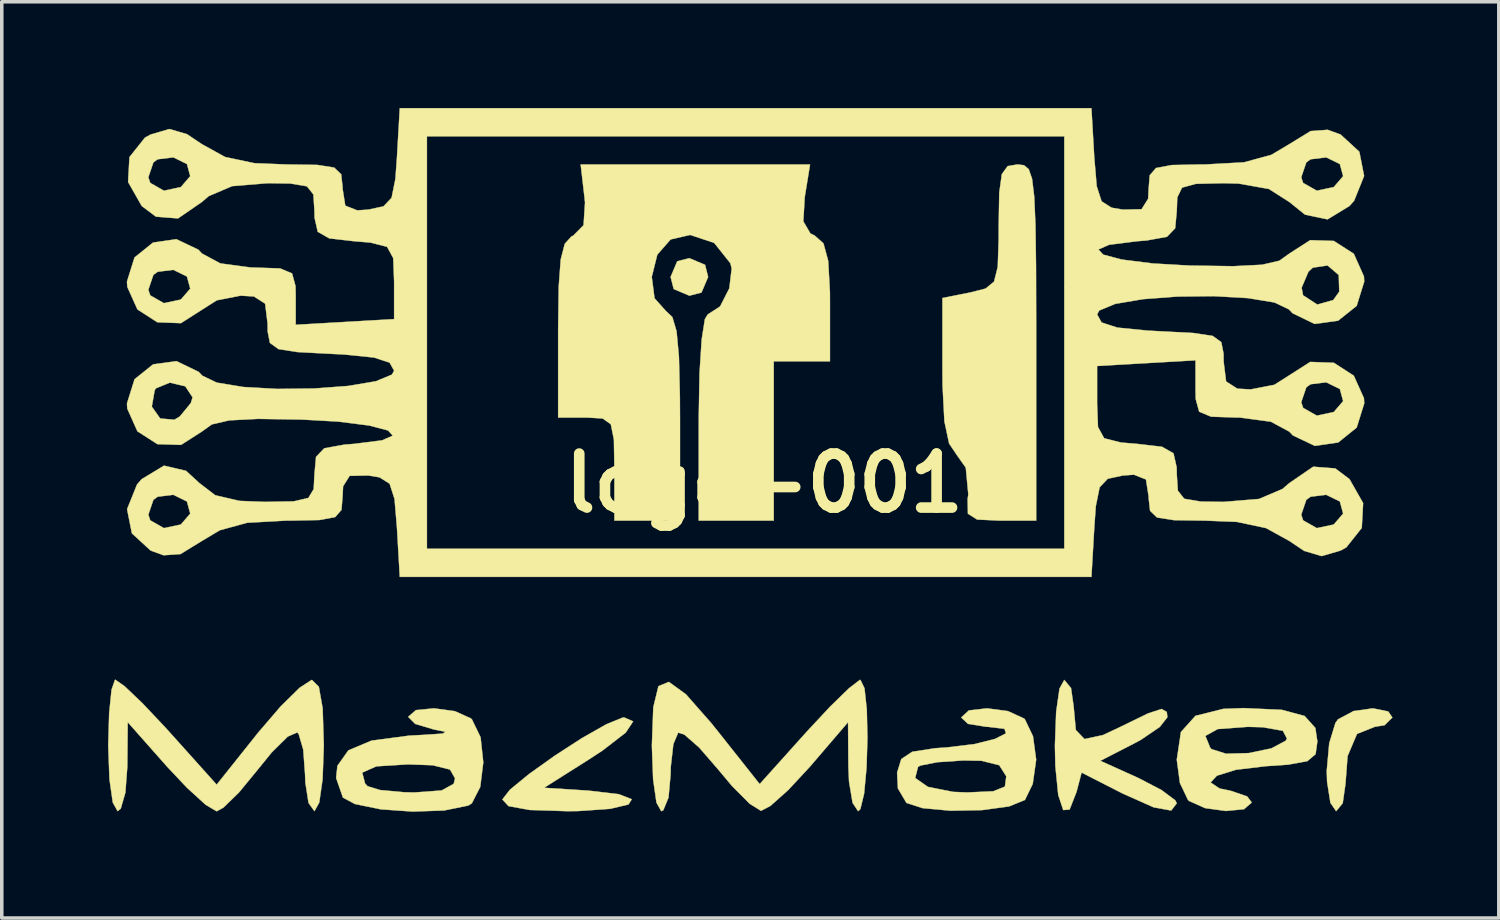
<source format=kicad_pcb>
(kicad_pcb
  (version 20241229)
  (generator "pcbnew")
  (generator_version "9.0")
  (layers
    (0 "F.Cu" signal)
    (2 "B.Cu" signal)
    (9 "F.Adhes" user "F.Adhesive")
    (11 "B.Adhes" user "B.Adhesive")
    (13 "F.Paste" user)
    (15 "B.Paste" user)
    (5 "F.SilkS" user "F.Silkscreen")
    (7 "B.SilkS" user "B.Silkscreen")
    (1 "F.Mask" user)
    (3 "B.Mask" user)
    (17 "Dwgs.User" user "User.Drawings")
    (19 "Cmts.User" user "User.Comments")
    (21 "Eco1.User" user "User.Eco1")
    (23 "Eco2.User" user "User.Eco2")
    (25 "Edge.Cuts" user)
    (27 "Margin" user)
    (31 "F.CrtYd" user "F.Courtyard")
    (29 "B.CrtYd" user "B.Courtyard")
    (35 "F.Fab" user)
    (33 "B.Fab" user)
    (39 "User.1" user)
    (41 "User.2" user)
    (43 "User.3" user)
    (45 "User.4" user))
  (footprint "logo-001"
    (layer "F.Cu")
    (at 18.526 10.588)
    (property "Reference" "logo-001" (at 0 0 0) (layer "F.SilkS") (effects (font (size 1.524 1.524) (thickness 0.3))))
    (attr through_hole)
    (fp_poly (pts (xy -1.674 -6.163) (xy -1.587 -5.821) (xy -1.775 -5.379) (xy -2.117 -5.292) (xy -2.559 -5.479) (xy -2.646 -5.821) (xy -2.459 -6.263) (xy -2.117 -6.35) (xy -1.674 -6.163)) (stroke (width 0.01) (type solid)) (fill yes) (layer "F.SilkS"))
    (fp_poly (pts (xy 17.611 6.445) (xy 17.727 6.615) (xy 17.507 6.833) (xy 17.226 6.879) (xy 16.729 7.079) (xy 16.463 7.704) (xy 16.404 8.488) (xy 16.326 9.036) (xy 16.14 9.26) (xy 15.979 9.025) (xy 15.885 8.431) (xy 15.875 8.123) (xy 15.945 7.343) (xy 16.119 6.771) (xy 16.192 6.668) (xy 16.631 6.434) (xy 17.178 6.357) (xy 17.611 6.445)) (stroke (width 0.01) (type solid)) (fill yes) (layer "F.SilkS"))
    (fp_poly (pts (xy -3.703 6.725) (xy -3.913 7.042) (xy -4.57 7.549) (xy -4.961 7.805) (xy -6.218 8.599) (xy -4.961 8.68) (xy -4.106 8.781) (xy -3.742 8.923) (xy -3.835 9.071) (xy -4.353 9.193) (xy -5.262 9.257) (xy -5.556 9.26) (xy -6.625 9.226) (xy -7.221 9.117) (xy -7.396 8.93) (xy -7.183 8.655) (xy -6.646 8.214) (xy -5.922 7.697) (xy -5.149 7.197) (xy -4.464 6.808) (xy -4.005 6.62) (xy -3.956 6.615) (xy -3.703 6.725)) (stroke (width 0.01) (type solid)) (fill yes) (layer "F.SilkS"))
    (fp_poly (pts (xy 7.328 -8.974) (xy 7.463 -8.863) (xy 7.557 -8.591) (xy 7.618 -8.09) (xy 7.653 -7.289) (xy 7.669 -6.118) (xy 7.673 -4.508) (xy 7.673 -3.969) (xy 7.673 1.058) (xy 6.66 1.058) (xy 6.007 1.028) (xy 5.746 0.863) (xy 5.738 0.449) (xy 5.757 0.316) (xy 5.686 -0.437) (xy 5.446 -0.775) (xy 5.215 -1.119) (xy 5.082 -1.746) (xy 5.03 -2.76) (xy 5.027 -3.174) (xy 5.027 -5.226) (xy 5.821 -5.384) (xy 6.247 -5.493) (xy 6.484 -5.689) (xy 6.588 -6.105) (xy 6.614 -6.87) (xy 6.615 -7.269) (xy 6.631 -8.202) (xy 6.704 -8.723) (xy 6.869 -8.949) (xy 7.144 -8.996) (xy 7.328 -8.974)) (stroke (width 0.01) (type solid)) (fill yes) (layer "F.SilkS"))
    (fp_poly (pts (xy 8.657 5.785) (xy 8.731 6.306) (xy 8.792 6.969) (xy 9.037 7.224) (xy 9.562 7.11) (xy 10.076 6.868) (xy 10.821 6.504) (xy 11.212 6.375) (xy 11.36 6.458) (xy 11.377 6.608) (xy 11.163 6.881) (xy 10.63 7.244) (xy 10.43 7.352) (xy 9.483 7.838) (xy 10.562 8.325) (xy 11.212 8.664) (xy 11.597 8.952) (xy 11.642 9.036) (xy 11.485 9.241) (xy 10.988 9.151) (xy 10.107 8.758) (xy 10.023 8.715) (xy 8.955 8.17) (xy 8.812 8.715) (xy 8.616 9.214) (xy 8.437 9.228) (xy 8.296 8.803) (xy 8.214 7.985) (xy 8.202 7.408) (xy 8.237 6.458) (xy 8.331 5.802) (xy 8.466 5.556) (xy 8.467 5.556) (xy 8.657 5.785)) (stroke (width 0.01) (type solid)) (fill yes) (layer "F.SilkS"))
    (fp_poly (pts (xy 14.604 6.399) (xy 15.25 6.572) (xy 15.554 6.911) (xy 15.61 7.291) (xy 15.561 7.65) (xy 15.327 7.848) (xy 14.781 7.947) (xy 14.152 7.99) (xy 13.311 8.091) (xy 12.772 8.259) (xy 12.597 8.45) (xy 12.85 8.619) (xy 13.163 8.684) (xy 13.628 8.843) (xy 13.758 9.014) (xy 13.54 9.204) (xy 13.029 9.254) (xy 12.44 9.173) (xy 11.989 8.971) (xy 11.959 8.943) (xy 11.731 8.465) (xy 11.642 7.805) (xy 11.743 7.135) (xy 12.449 7.135) (xy 12.585 7.468) (xy 12.624 7.509) (xy 13.033 7.638) (xy 13.673 7.62) (xy 14.312 7.487) (xy 14.716 7.272) (xy 14.752 7.21) (xy 14.636 6.99) (xy 14.07 6.89) (xy 13.648 6.879) (xy 12.798 6.942) (xy 12.449 7.135) (xy 11.743 7.135) (xy 11.759 7.025) (xy 12.168 6.569) (xy 12.954 6.372) (xy 13.525 6.35) (xy 14.604 6.399)) (stroke (width 0.01) (type solid)) (fill yes) (layer "F.SilkS"))
    (fp_poly (pts (xy -8.736 6.437) (xy -8.285 6.64) (xy -8.255 6.668) (xy -8.01 7.174) (xy -7.934 7.882) (xy -8.02 8.576) (xy -8.258 9.039) (xy -8.356 9.1) (xy -9.038 9.24) (xy -9.926 9.271) (xy -10.83 9.207) (xy -11.558 9.058) (xy -11.896 8.876) (xy -12.088 8.322) (xy -12.072 8.171) (xy -11.351 8.171) (xy -11.271 8.478) (xy -11.201 8.555) (xy -10.848 8.663) (xy -10.174 8.725) (xy -9.878 8.731) (xy -9.109 8.675) (xy -8.769 8.487) (xy -8.731 8.334) (xy -8.873 8.085) (xy -9.363 7.963) (xy -10.054 7.938) (xy -10.952 7.994) (xy -11.351 8.171) (xy -12.072 8.171) (xy -12.052 7.979) (xy -11.742 7.543) (xy -11.092 7.269) (xy -10.024 7.127) (xy -9.657 7.108) (xy -9.077 7.07) (xy -9.004 7.018) (xy -9.327 6.954) (xy -9.855 6.797) (xy -10.054 6.597) (xy -9.836 6.407) (xy -9.325 6.357) (xy -8.736 6.437)) (stroke (width 0.01) (type solid)) (fill yes) (layer "F.SilkS"))
    (fp_poly (pts (xy 2.827 5.791) (xy 2.892 6.394) (xy 2.91 7.199) (xy 2.884 8.043) (xy 2.816 8.764) (xy 2.711 9.2) (xy 2.646 9.26) (xy 2.49 9.023) (xy 2.39 8.419) (xy 2.372 8.004) (xy 2.363 6.747) (xy 1.286 8.004) (xy 0.677 8.66) (xy 0.17 9.112) (xy -0.094 9.25) (xy -0.413 9.051) (xy -0.914 8.548) (xy -1.309 8.076) (xy -1.84 7.463) (xy -2.26 7.096) (xy -2.433 7.043) (xy -2.569 7.368) (xy -2.642 8.012) (xy -2.646 8.218) (xy -2.705 8.875) (xy -2.854 9.236) (xy -2.91 9.26) (xy -3.046 9.016) (xy -3.14 8.36) (xy -3.175 7.41) (xy -3.175 7.408) (xy -3.135 6.328) (xy -2.99 5.731) (xy -2.696 5.611) (xy -2.215 5.959) (xy -1.505 6.766) (xy -1.296 7.026) (xy -0.132 8.495) (xy 1.191 7.022) (xy 1.852 6.313) (xy 2.387 5.792) (xy 2.692 5.557) (xy 2.712 5.553) (xy 2.827 5.791)) (stroke (width 0.01) (type solid)) (fill yes) (layer "F.SilkS"))
    (fp_poly (pts (xy -18.063 5.729) (xy -17.557 6.211) (xy -16.908 6.898) (xy -16.792 7.026) (xy -15.46 8.511) (xy -14.281 7.033) (xy -13.655 6.304) (xy -13.119 5.776) (xy -12.782 5.557) (xy -12.769 5.556) (xy -12.576 5.748) (xy -12.468 6.358) (xy -12.435 7.408) (xy -12.47 8.358) (xy -12.564 9.015) (xy -12.7 9.26) (xy -12.7 9.26) (xy -12.867 9.026) (xy -12.958 8.441) (xy -12.965 8.218) (xy -13.016 7.521) (xy -13.144 7.084) (xy -13.188 7.037) (xy -13.453 7.154) (xy -13.906 7.601) (xy -14.295 8.08) (xy -14.829 8.73) (xy -15.271 9.16) (xy -15.461 9.263) (xy -15.771 9.079) (xy -16.299 8.598) (xy -16.857 8.006) (xy -17.971 6.747) (xy -17.982 8.004) (xy -18.037 8.736) (xy -18.168 9.189) (xy -18.256 9.26) (xy -18.392 9.016) (xy -18.486 8.36) (xy -18.521 7.41) (xy -18.521 7.408) (xy -18.495 6.494) (xy -18.427 5.83) (xy -18.33 5.551) (xy -18.322 5.549) (xy -18.063 5.729)) (stroke (width 0.01) (type solid)) (fill yes) (layer "F.SilkS"))
    (fp_poly (pts (xy 6.875 6.435) (xy 7.329 6.643) (xy 7.355 6.668) (xy 7.583 7.145) (xy 7.673 7.805) (xy 7.576 8.49) (xy 7.355 8.943) (xy 6.906 9.126) (xy 6.138 9.23) (xy 5.257 9.247) (xy 4.469 9.174) (xy 4.012 9.028) (xy 3.77 8.618) (xy 3.755 8.323) (xy 4.258 8.323) (xy 4.617 8.574) (xy 5.329 8.715) (xy 5.724 8.731) (xy 6.461 8.698) (xy 6.79 8.566) (xy 6.828 8.286) (xy 6.824 8.268) (xy 6.63 7.962) (xy 6.126 7.837) (xy 5.613 7.828) (xy 4.885 7.877) (xy 4.408 7.971) (xy 4.338 8.009) (xy 4.258 8.323) (xy 3.755 8.323) (xy 3.747 8.172) (xy 3.865 7.789) (xy 4.174 7.583) (xy 4.817 7.483) (xy 5.159 7.459) (xy 5.931 7.366) (xy 6.512 7.22) (xy 6.821 7.062) (xy 6.777 6.934) (xy 6.302 6.879) (xy 6.271 6.879) (xy 5.749 6.795) (xy 5.556 6.615) (xy 5.774 6.415) (xy 6.286 6.357) (xy 6.875 6.435)) (stroke (width 0.01) (type solid)) (fill yes) (layer "F.SilkS"))
    (fp_poly (pts (xy 1.14 -8.074) (xy 1.1 -7.39) (xy 1.299 -7.049) (xy 1.421 -6.988) (xy 1.669 -6.768) (xy 1.803 -6.272) (xy 1.851 -5.388) (xy 1.852 -5.131) (xy 1.852 -3.44) (xy 0.265 -3.44) (xy 0.265 1.058) (xy -1.852 1.058) (xy -1.852 -1.852) (xy -1.83 -3.101) (xy -1.769 -4.057) (xy -1.678 -4.632) (xy -1.597 -4.763) (xy -1.25 -4.987) (xy -0.989 -5.499) (xy -0.922 -6.058) (xy -0.958 -6.206) (xy -1.417 -6.782) (xy -2.095 -7.007) (xy -2.646 -6.879) (xy -3.022 -6.45) (xy -3.178 -5.823) (xy -3.1 -5.218) (xy -2.778 -4.858) (xy -2.597 -4.688) (xy -2.478 -4.287) (xy -2.411 -3.567) (xy -2.384 -2.443) (xy -2.381 -1.824) (xy -2.381 1.058) (xy -4.233 1.058) (xy -4.233 -0.397) (xy -4.247 -1.229) (xy -4.334 -1.662) (xy -4.566 -1.826) (xy -5.015 -1.852) (xy -5.027 -1.852) (xy -5.821 -1.852) (xy -5.821 -4.337) (xy -5.805 -5.541) (xy -5.748 -6.315) (xy -5.634 -6.756) (xy -5.446 -6.963) (xy -5.395 -6.986) (xy -5.103 -7.282) (xy -5.062 -7.923) (xy -5.078 -8.072) (xy -5.185 -8.996) (xy 1.29 -8.996) (xy 1.14 -8.074)) (stroke (width 0.01) (type solid)) (fill yes) (layer "F.SilkS"))
    (fp_poly (pts (xy 9.313 -9.194) (xy 9.382 -8.38) (xy 9.52 -7.954) (xy 9.803 -7.775) (xy 10.12 -7.721) (xy 10.648 -7.732) (xy 10.833 -8.027) (xy 10.848 -8.317) (xy 10.874 -8.634) (xy 15.155 -8.634) (xy 15.208 -8.475) (xy 15.595 -8.255) (xy 16.073 -8.357) (xy 16.338 -8.665) (xy 16.245 -9.008) (xy 15.86 -9.196) (xy 15.419 -9.142) (xy 15.298 -9.054) (xy 15.155 -8.634) (xy 10.874 -8.634) (xy 10.879 -8.692) (xy 11.055 -8.895) (xy 11.5 -8.979) (xy 12.339 -8.996) (xy 12.446 -8.996) (xy 13.539 -9.056) (xy 14.311 -9.267) (xy 14.821 -9.57) (xy 15.421 -9.938) (xy 15.9 -9.974) (xy 16.266 -9.841) (xy 16.795 -9.355) (xy 16.93 -8.672) (xy 16.649 -7.973) (xy 16.518 -7.824) (xy 15.898 -7.446) (xy 15.262 -7.579) (xy 14.817 -7.938) (xy 14.242 -8.304) (xy 13.388 -8.456) (xy 12.965 -8.467) (xy 12.181 -8.449) (xy 11.791 -8.342) (xy 11.656 -8.066) (xy 11.642 -7.688) (xy 11.597 -7.195) (xy 11.365 -6.954) (xy 10.798 -6.851) (xy 10.517 -6.828) (xy 9.733 -6.729) (xy 9.43 -6.596) (xy 9.565 -6.45) (xy 10.093 -6.311) (xy 10.969 -6.201) (xy 11.997 -6.142) (xy 13.234 -6.124) (xy 14.047 -6.165) (xy 14.539 -6.279) (xy 14.809 -6.473) (xy 15.407 -6.858) (xy 16.075 -6.837) (xy 16.639 -6.475) (xy 16.925 -5.836) (xy 16.933 -5.689) (xy 16.72 -5.004) (xy 16.195 -4.585) (xy 15.534 -4.494) (xy 14.909 -4.797) (xy 14.809 -4.904) (xy 14.4 -5.1) (xy 13.65 -5.223) (xy 12.691 -5.278) (xy 11.659 -5.267) (xy 10.686 -5.193) (xy 9.907 -5.061) (xy 9.455 -4.874) (xy 9.393 -4.763) (xy 9.52 -4.535) (xy 9.963 -4.391) (xy 10.814 -4.306) (xy 11.179 -4.287) (xy 12.124 -4.237) (xy 12.658 -4.154) (xy 12.898 -3.98) (xy 12.962 -3.659) (xy 12.965 -3.427) (xy 13.034 -2.87) (xy 13.351 -2.667) (xy 13.726 -2.646) (xy 14.397 -2.776) (xy 14.817 -3.043) (xy 15.41 -3.422) (xy 16.076 -3.397) (xy 16.638 -3.034) (xy 16.925 -2.398) (xy 16.933 -2.249) (xy 16.72 -1.568) (xy 16.197 -1.147) (xy 15.539 -1.052) (xy 14.917 -1.348) (xy 14.817 -1.455) (xy 14.299 -1.734) (xy 13.429 -1.851) (xy 13.329 -1.852) (xy 12.61 -1.876) (xy 12.274 -2.017) (xy 12.201 -2.284) (xy 15.155 -2.284) (xy 15.208 -2.125) (xy 15.595 -1.905) (xy 16.073 -2.007) (xy 16.338 -2.315) (xy 16.245 -2.658) (xy 15.86 -2.846) (xy 15.419 -2.792) (xy 15.298 -2.704) (xy 15.155 -2.284) (xy 12.201 -2.284) (xy 12.176 -2.376) (xy 12.171 -2.66) (xy 12.171 -3.467) (xy 10.782 -3.387) (xy 9.393 -3.307) (xy 9.393 -2.249) (xy 9.418 -1.584) (xy 9.592 -1.267) (xy 10.063 -1.147) (xy 10.517 -1.109) (xy 11.224 -1.027) (xy 11.549 -0.843) (xy 11.639 -0.444) (xy 11.642 -0.249) (xy 11.672 0.212) (xy 11.853 0.441) (xy 12.322 0.52) (xy 12.965 0.529) (xy 13.965 0.446) (xy 14.624 0.165) (xy 14.817 0) (xy 15.493 -0.464) (xy 16.116 -0.416) (xy 16.518 -0.113) (xy 16.902 0.563) (xy 16.864 1.265) (xy 16.427 1.814) (xy 16.266 1.903) (xy 15.731 2.059) (xy 15.239 1.913) (xy 14.821 1.633) (xy 14.163 1.269) (xy 13.338 1.094) (xy 12.446 1.058) (xy 11.563 1.045) (xy 11.085 0.97) (xy 11.002 0.891) (xy 15.155 0.891) (xy 15.208 1.05) (xy 15.595 1.27) (xy 16.073 1.168) (xy 16.338 0.86) (xy 16.245 0.517) (xy 15.86 0.329) (xy 15.419 0.383) (xy 15.298 0.471) (xy 15.155 0.891) (xy 11.002 0.891) (xy 10.888 0.781) (xy 10.848 0.425) (xy 10.848 0.379) (xy 10.772 -0.104) (xy 10.433 -0.238) (xy 10.12 -0.216) (xy 9.693 -0.124) (xy 9.464 0.118) (xy 9.356 0.652) (xy 9.313 1.257) (xy 9.233 2.646) (xy -10.291 2.646) (xy -10.371 1.257) (xy -10.44 0.443) (xy -10.578 0.016) (xy -10.861 -0.163) (xy -11.179 -0.216) (xy -11.706 -0.206) (xy -11.891 0.089) (xy -11.906 0.379) (xy -11.937 0.755) (xy -12.114 0.958) (xy -12.559 1.041) (xy -13.397 1.058) (xy -13.504 1.058) (xy -14.598 1.118) (xy -15.37 1.329) (xy -15.88 1.633) (xy -16.479 2.001) (xy -16.958 2.036) (xy -17.324 1.903) (xy -17.853 1.417) (xy -17.958 0.891) (xy -17.389 0.891) (xy -17.335 1.05) (xy -16.949 1.27) (xy -16.471 1.168) (xy -16.206 0.86) (xy -16.299 0.517) (xy -16.683 0.329) (xy -17.125 0.383) (xy -17.246 0.471) (xy -17.389 0.891) (xy -17.958 0.891) (xy -17.989 0.735) (xy -17.707 0.036) (xy -17.576 -0.113) (xy -16.945 -0.494) (xy -16.325 -0.348) (xy -15.946 0) (xy -15.499 0.342) (xy -14.815 0.501) (xy -14.096 0.529) (xy -13.286 0.514) (xy -12.872 0.418) (xy -12.721 0.169) (xy -12.7 -0.249) (xy -12.655 -0.742) (xy -12.423 -0.984) (xy -11.856 -1.087) (xy -11.576 -1.109) (xy -10.791 -1.208) (xy -10.488 -1.341) (xy -10.623 -1.487) (xy -11.151 -1.626) (xy -12.028 -1.737) (xy -13.056 -1.795) (xy -14.292 -1.814) (xy -15.105 -1.772) (xy -15.597 -1.658) (xy -15.867 -1.464) (xy -16.465 -1.08) (xy -17.133 -1.101) (xy -17.697 -1.463) (xy -17.983 -2.102) (xy -17.987 -2.16) (xy -17.291 -2.16) (xy -17.053 -1.825) (xy -16.653 -1.79) (xy -16.501 -1.881) (xy -16.189 -2.261) (xy -16.14 -2.422) (xy -16.346 -2.734) (xy -16.782 -2.837) (xy -17.171 -2.678) (xy -17.209 -2.627) (xy -17.291 -2.16) (xy -17.987 -2.16) (xy -17.992 -2.249) (xy -17.778 -2.933) (xy -17.254 -3.353) (xy -16.592 -3.443) (xy -15.968 -3.141) (xy -15.867 -3.034) (xy -15.458 -2.838) (xy -14.708 -2.714) (xy -13.75 -2.66) (xy -12.717 -2.671) (xy -11.745 -2.744) (xy -10.965 -2.876) (xy -10.513 -3.063) (xy -10.451 -3.175) (xy -10.578 -3.402) (xy -11.021 -3.546) (xy -11.872 -3.632) (xy -12.237 -3.65) (xy -13.182 -3.7) (xy -13.716 -3.784) (xy -13.957 -3.958) (xy -14.02 -4.278) (xy -14.023 -4.51) (xy -14.092 -5.067) (xy -14.409 -5.27) (xy -14.784 -5.292) (xy -15.456 -5.161) (xy -15.875 -4.895) (xy -16.469 -4.516) (xy -17.134 -4.541) (xy -17.697 -4.904) (xy -17.947 -5.459) (xy -17.389 -5.459) (xy -17.335 -5.3) (xy -16.949 -5.08) (xy -16.471 -5.182) (xy -16.206 -5.49) (xy -16.299 -5.833) (xy -16.683 -6.021) (xy -17.125 -5.967) (xy -17.246 -5.879) (xy -17.389 -5.459) (xy -17.947 -5.459) (xy -17.983 -5.54) (xy -17.992 -5.689) (xy -17.779 -6.37) (xy -17.256 -6.791) (xy -16.597 -6.886) (xy -15.976 -6.59) (xy -15.875 -6.482) (xy -15.357 -6.203) (xy -14.487 -6.086) (xy -14.387 -6.085) (xy -13.668 -6.061) (xy -13.332 -5.92) (xy -13.234 -5.562) (xy -13.229 -5.278) (xy -13.229 -4.47) (xy -11.84 -4.55) (xy -10.451 -4.63) (xy -10.451 -5.689) (xy -10.476 -6.353) (xy -10.65 -6.671) (xy -11.121 -6.791) (xy -11.576 -6.828) (xy -12.283 -6.91) (xy -12.607 -7.095) (xy -12.697 -7.493) (xy -12.7 -7.688) (xy -12.73 -8.149) (xy -12.912 -8.379) (xy -13.381 -8.458) (xy -14.023 -8.467) (xy -15.023 -8.384) (xy -15.683 -8.103) (xy -15.875 -7.938) (xy -16.551 -7.473) (xy -17.174 -7.522) (xy -17.576 -7.824) (xy -17.96 -8.5) (xy -17.953 -8.634) (xy -17.389 -8.634) (xy -17.335 -8.475) (xy -16.949 -8.255) (xy -16.471 -8.357) (xy -16.206 -8.665) (xy -16.299 -9.008) (xy -16.683 -9.196) (xy -17.125 -9.142) (xy -17.246 -9.054) (xy -17.389 -8.634) (xy -17.953 -8.634) (xy -17.922 -9.203) (xy -17.485 -9.752) (xy -17.324 -9.841) (xy -16.79 -9.996) (xy -16.297 -9.85) (xy -15.88 -9.57) (xy -15.221 -9.206) (xy -14.397 -9.032) (xy -13.504 -8.996) (xy -12.621 -8.983) (xy -12.143 -8.908) (xy -11.946 -8.719) (xy -11.906 -8.362) (xy -11.906 -8.317) (xy -11.83 -7.833) (xy -11.492 -7.7) (xy -11.179 -7.721) (xy -10.751 -7.813) (xy -10.522 -8.055) (xy -10.415 -8.589) (xy -10.371 -9.194) (xy -10.337 -9.79) (xy -9.525 -9.79) (xy -9.525 1.852) (xy 8.467 1.852) (xy 8.467 -5.517) (xy 15.166 -5.517) (xy 15.206 -5.303) (xy 15.61 -5.041) (xy 16.059 -5.168) (xy 16.228 -5.405) (xy 16.214 -5.875) (xy 15.899 -6.144) (xy 15.483 -6.083) (xy 15.358 -5.968) (xy 15.166 -5.517) (xy 8.467 -5.517) (xy 8.467 -9.79) (xy -9.525 -9.79) (xy -10.337 -9.79) (xy -10.291 -10.583) (xy 9.233 -10.583) (xy 9.313 -9.194)) (stroke (width 0.01) (type solid)) (fill yes) (layer "F.SilkS")))
  (gr_rect
    (start -3 -3)
    (end 39.258 22.865)
    (stroke (width 0.1) (type default))
    (fill no)
    (layer "Edge.Cuts")))
</source>
